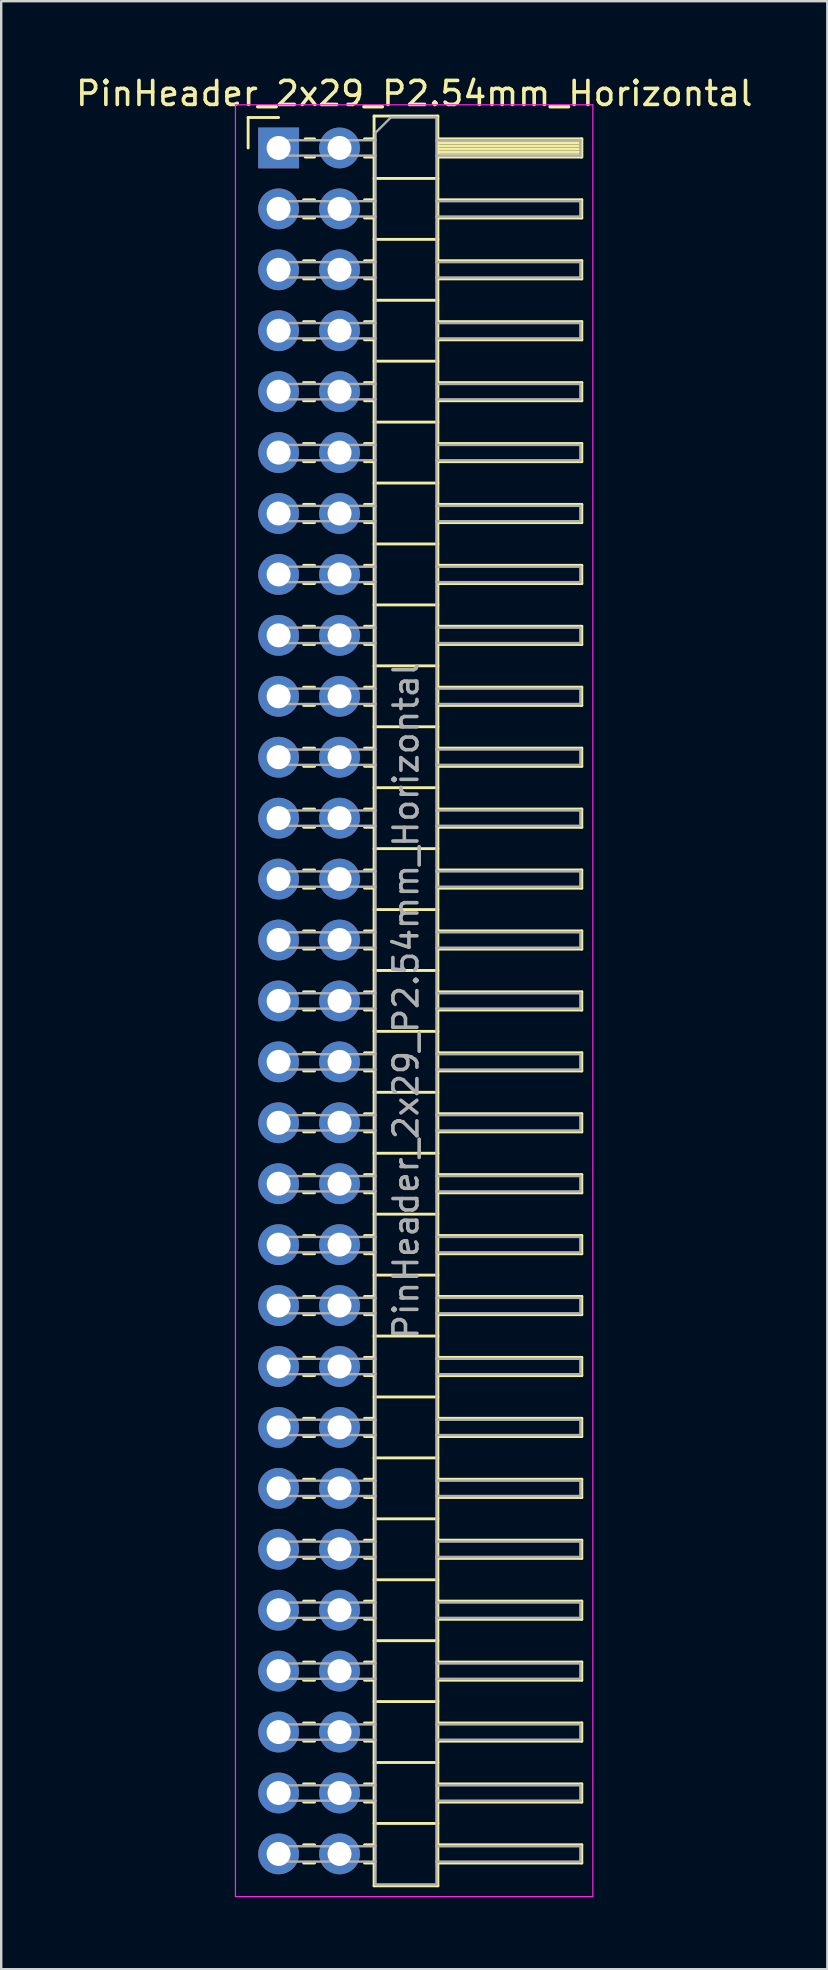
<source format=kicad_pcb>
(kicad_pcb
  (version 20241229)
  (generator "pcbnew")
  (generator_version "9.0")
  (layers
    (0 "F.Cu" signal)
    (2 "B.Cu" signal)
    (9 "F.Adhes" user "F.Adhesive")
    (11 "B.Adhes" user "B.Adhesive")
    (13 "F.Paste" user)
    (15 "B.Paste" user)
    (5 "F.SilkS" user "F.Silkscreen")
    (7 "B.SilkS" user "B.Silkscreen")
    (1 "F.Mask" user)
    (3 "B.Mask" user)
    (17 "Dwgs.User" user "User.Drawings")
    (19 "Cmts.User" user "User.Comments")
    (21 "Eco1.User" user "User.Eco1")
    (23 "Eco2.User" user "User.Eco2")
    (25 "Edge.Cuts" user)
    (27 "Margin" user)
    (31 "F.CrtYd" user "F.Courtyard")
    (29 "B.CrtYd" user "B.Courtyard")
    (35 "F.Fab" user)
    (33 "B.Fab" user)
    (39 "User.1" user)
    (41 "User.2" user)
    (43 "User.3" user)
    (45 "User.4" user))
  (footprint "PinHeader_2x29_P2.54mm_Horizontal"
    (layer "F.Cu")
    (at 8.565 3.118)
    (property "Reference" "PinHeader_2x29_P2.54mm_Horizontal" (at 5.655 -2.27 0) (layer "F.SilkS") (effects (font (size 1 1) (thickness 0.15))))
    (attr through_hole)
    (fp_line (start -1.27 -1.27) (end 0 -1.27) (stroke (width 0.12) (type solid)) (layer "F.SilkS"))
    (fp_line (start -1.27 0) (end -1.27 -1.27) (stroke (width 0.12) (type solid)) (layer "F.SilkS"))
    (fp_line (start 1.043 2.16) (end 1.497 2.16) (stroke (width 0.12) (type solid)) (layer "F.SilkS"))
    (fp_line (start 1.043 2.92) (end 1.497 2.92) (stroke (width 0.12) (type solid)) (layer "F.SilkS"))
    (fp_line (start 1.043 4.7) (end 1.497 4.7) (stroke (width 0.12) (type solid)) (layer "F.SilkS"))
    (fp_line (start 1.043 5.46) (end 1.497 5.46) (stroke (width 0.12) (type solid)) (layer "F.SilkS"))
    (fp_line (start 1.043 7.24) (end 1.497 7.24) (stroke (width 0.12) (type solid)) (layer "F.SilkS"))
    (fp_line (start 1.043 8) (end 1.497 8) (stroke (width 0.12) (type solid)) (layer "F.SilkS"))
    (fp_line (start 1.043 9.78) (end 1.497 9.78) (stroke (width 0.12) (type solid)) (layer "F.SilkS"))
    (fp_line (start 1.043 10.54) (end 1.497 10.54) (stroke (width 0.12) (type solid)) (layer "F.SilkS"))
    (fp_line (start 1.043 12.32) (end 1.497 12.32) (stroke (width 0.12) (type solid)) (layer "F.SilkS"))
    (fp_line (start 1.043 13.08) (end 1.497 13.08) (stroke (width 0.12) (type solid)) (layer "F.SilkS"))
    (fp_line (start 1.043 14.86) (end 1.497 14.86) (stroke (width 0.12) (type solid)) (layer "F.SilkS"))
    (fp_line (start 1.043 15.62) (end 1.497 15.62) (stroke (width 0.12) (type solid)) (layer "F.SilkS"))
    (fp_line (start 1.043 17.4) (end 1.497 17.4) (stroke (width 0.12) (type solid)) (layer "F.SilkS"))
    (fp_line (start 1.043 18.16) (end 1.497 18.16) (stroke (width 0.12) (type solid)) (layer "F.SilkS"))
    (fp_line (start 1.043 19.94) (end 1.497 19.94) (stroke (width 0.12) (type solid)) (layer "F.SilkS"))
    (fp_line (start 1.043 20.7) (end 1.497 20.7) (stroke (width 0.12) (type solid)) (layer "F.SilkS"))
    (fp_line (start 1.043 22.48) (end 1.497 22.48) (stroke (width 0.12) (type solid)) (layer "F.SilkS"))
    (fp_line (start 1.043 23.24) (end 1.497 23.24) (stroke (width 0.12) (type solid)) (layer "F.SilkS"))
    (fp_line (start 1.043 25.02) (end 1.497 25.02) (stroke (width 0.12) (type solid)) (layer "F.SilkS"))
    (fp_line (start 1.043 25.78) (end 1.497 25.78) (stroke (width 0.12) (type solid)) (layer "F.SilkS"))
    (fp_line (start 1.043 27.56) (end 1.497 27.56) (stroke (width 0.12) (type solid)) (layer "F.SilkS"))
    (fp_line (start 1.043 28.32) (end 1.497 28.32) (stroke (width 0.12) (type solid)) (layer "F.SilkS"))
    (fp_line (start 1.043 30.1) (end 1.497 30.1) (stroke (width 0.12) (type solid)) (layer "F.SilkS"))
    (fp_line (start 1.043 30.86) (end 1.497 30.86) (stroke (width 0.12) (type solid)) (layer "F.SilkS"))
    (fp_line (start 1.043 32.64) (end 1.497 32.64) (stroke (width 0.12) (type solid)) (layer "F.SilkS"))
    (fp_line (start 1.043 33.4) (end 1.497 33.4) (stroke (width 0.12) (type solid)) (layer "F.SilkS"))
    (fp_line (start 1.043 35.18) (end 1.497 35.18) (stroke (width 0.12) (type solid)) (layer "F.SilkS"))
    (fp_line (start 1.043 35.94) (end 1.497 35.94) (stroke (width 0.12) (type solid)) (layer "F.SilkS"))
    (fp_line (start 1.043 37.72) (end 1.497 37.72) (stroke (width 0.12) (type solid)) (layer "F.SilkS"))
    (fp_line (start 1.043 38.48) (end 1.497 38.48) (stroke (width 0.12) (type solid)) (layer "F.SilkS"))
    (fp_line (start 1.043 40.26) (end 1.497 40.26) (stroke (width 0.12) (type solid)) (layer "F.SilkS"))
    (fp_line (start 1.043 41.02) (end 1.497 41.02) (stroke (width 0.12) (type solid)) (layer "F.SilkS"))
    (fp_line (start 1.043 42.8) (end 1.497 42.8) (stroke (width 0.12) (type solid)) (layer "F.SilkS"))
    (fp_line (start 1.043 43.56) (end 1.497 43.56) (stroke (width 0.12) (type solid)) (layer "F.SilkS"))
    (fp_line (start 1.043 45.34) (end 1.497 45.34) (stroke (width 0.12) (type solid)) (layer "F.SilkS"))
    (fp_line (start 1.043 46.1) (end 1.497 46.1) (stroke (width 0.12) (type solid)) (layer "F.SilkS"))
    (fp_line (start 1.043 47.88) (end 1.497 47.88) (stroke (width 0.12) (type solid)) (layer "F.SilkS"))
    (fp_line (start 1.043 48.64) (end 1.497 48.64) (stroke (width 0.12) (type solid)) (layer "F.SilkS"))
    (fp_line (start 1.043 50.42) (end 1.497 50.42) (stroke (width 0.12) (type solid)) (layer "F.SilkS"))
    (fp_line (start 1.043 51.18) (end 1.497 51.18) (stroke (width 0.12) (type solid)) (layer "F.SilkS"))
    (fp_line (start 1.043 52.96) (end 1.497 52.96) (stroke (width 0.12) (type solid)) (layer "F.SilkS"))
    (fp_line (start 1.043 53.72) (end 1.497 53.72) (stroke (width 0.12) (type solid)) (layer "F.SilkS"))
    (fp_line (start 1.043 55.5) (end 1.497 55.5) (stroke (width 0.12) (type solid)) (layer "F.SilkS"))
    (fp_line (start 1.043 56.26) (end 1.497 56.26) (stroke (width 0.12) (type solid)) (layer "F.SilkS"))
    (fp_line (start 1.043 58.04) (end 1.497 58.04) (stroke (width 0.12) (type solid)) (layer "F.SilkS"))
    (fp_line (start 1.043 58.8) (end 1.497 58.8) (stroke (width 0.12) (type solid)) (layer "F.SilkS"))
    (fp_line (start 1.043 60.58) (end 1.497 60.58) (stroke (width 0.12) (type solid)) (layer "F.SilkS"))
    (fp_line (start 1.043 61.34) (end 1.497 61.34) (stroke (width 0.12) (type solid)) (layer "F.SilkS"))
    (fp_line (start 1.043 63.12) (end 1.497 63.12) (stroke (width 0.12) (type solid)) (layer "F.SilkS"))
    (fp_line (start 1.043 63.88) (end 1.497 63.88) (stroke (width 0.12) (type solid)) (layer "F.SilkS"))
    (fp_line (start 1.043 65.66) (end 1.497 65.66) (stroke (width 0.12) (type solid)) (layer "F.SilkS"))
    (fp_line (start 1.043 66.42) (end 1.497 66.42) (stroke (width 0.12) (type solid)) (layer "F.SilkS"))
    (fp_line (start 1.043 68.2) (end 1.497 68.2) (stroke (width 0.12) (type solid)) (layer "F.SilkS"))
    (fp_line (start 1.043 68.96) (end 1.497 68.96) (stroke (width 0.12) (type solid)) (layer "F.SilkS"))
    (fp_line (start 1.043 70.74) (end 1.497 70.74) (stroke (width 0.12) (type solid)) (layer "F.SilkS"))
    (fp_line (start 1.043 71.5) (end 1.497 71.5) (stroke (width 0.12) (type solid)) (layer "F.SilkS"))
    (fp_line (start 1.11 -0.38) (end 1.497 -0.38) (stroke (width 0.12) (type solid)) (layer "F.SilkS"))
    (fp_line (start 1.11 0.38) (end 1.497 0.38) (stroke (width 0.12) (type solid)) (layer "F.SilkS"))
    (fp_line (start 3.583 -0.38) (end 3.98 -0.38) (stroke (width 0.12) (type solid)) (layer "F.SilkS"))
    (fp_line (start 3.583 0.38) (end 3.98 0.38) (stroke (width 0.12) (type solid)) (layer "F.SilkS"))
    (fp_line (start 3.583 2.16) (end 3.98 2.16) (stroke (width 0.12) (type solid)) (layer "F.SilkS"))
    (fp_line (start 3.583 2.92) (end 3.98 2.92) (stroke (width 0.12) (type solid)) (layer "F.SilkS"))
    (fp_line (start 3.583 4.7) (end 3.98 4.7) (stroke (width 0.12) (type solid)) (layer "F.SilkS"))
    (fp_line (start 3.583 5.46) (end 3.98 5.46) (stroke (width 0.12) (type solid)) (layer "F.SilkS"))
    (fp_line (start 3.583 7.24) (end 3.98 7.24) (stroke (width 0.12) (type solid)) (layer "F.SilkS"))
    (fp_line (start 3.583 8) (end 3.98 8) (stroke (width 0.12) (type solid)) (layer "F.SilkS"))
    (fp_line (start 3.583 9.78) (end 3.98 9.78) (stroke (width 0.12) (type solid)) (layer "F.SilkS"))
    (fp_line (start 3.583 10.54) (end 3.98 10.54) (stroke (width 0.12) (type solid)) (layer "F.SilkS"))
    (fp_line (start 3.583 12.32) (end 3.98 12.32) (stroke (width 0.12) (type solid)) (layer "F.SilkS"))
    (fp_line (start 3.583 13.08) (end 3.98 13.08) (stroke (width 0.12) (type solid)) (layer "F.SilkS"))
    (fp_line (start 3.583 14.86) (end 3.98 14.86) (stroke (width 0.12) (type solid)) (layer "F.SilkS"))
    (fp_line (start 3.583 15.62) (end 3.98 15.62) (stroke (width 0.12) (type solid)) (layer "F.SilkS"))
    (fp_line (start 3.583 17.4) (end 3.98 17.4) (stroke (width 0.12) (type solid)) (layer "F.SilkS"))
    (fp_line (start 3.583 18.16) (end 3.98 18.16) (stroke (width 0.12) (type solid)) (layer "F.SilkS"))
    (fp_line (start 3.583 19.94) (end 3.98 19.94) (stroke (width 0.12) (type solid)) (layer "F.SilkS"))
    (fp_line (start 3.583 20.7) (end 3.98 20.7) (stroke (width 0.12) (type solid)) (layer "F.SilkS"))
    (fp_line (start 3.583 22.48) (end 3.98 22.48) (stroke (width 0.12) (type solid)) (layer "F.SilkS"))
    (fp_line (start 3.583 23.24) (end 3.98 23.24) (stroke (width 0.12) (type solid)) (layer "F.SilkS"))
    (fp_line (start 3.583 25.02) (end 3.98 25.02) (stroke (width 0.12) (type solid)) (layer "F.SilkS"))
    (fp_line (start 3.583 25.78) (end 3.98 25.78) (stroke (width 0.12) (type solid)) (layer "F.SilkS"))
    (fp_line (start 3.583 27.56) (end 3.98 27.56) (stroke (width 0.12) (type solid)) (layer "F.SilkS"))
    (fp_line (start 3.583 28.32) (end 3.98 28.32) (stroke (width 0.12) (type solid)) (layer "F.SilkS"))
    (fp_line (start 3.583 30.1) (end 3.98 30.1) (stroke (width 0.12) (type solid)) (layer "F.SilkS"))
    (fp_line (start 3.583 30.86) (end 3.98 30.86) (stroke (width 0.12) (type solid)) (layer "F.SilkS"))
    (fp_line (start 3.583 32.64) (end 3.98 32.64) (stroke (width 0.12) (type solid)) (layer "F.SilkS"))
    (fp_line (start 3.583 33.4) (end 3.98 33.4) (stroke (width 0.12) (type solid)) (layer "F.SilkS"))
    (fp_line (start 3.583 35.18) (end 3.98 35.18) (stroke (width 0.12) (type solid)) (layer "F.SilkS"))
    (fp_line (start 3.583 35.94) (end 3.98 35.94) (stroke (width 0.12) (type solid)) (layer "F.SilkS"))
    (fp_line (start 3.583 37.72) (end 3.98 37.72) (stroke (width 0.12) (type solid)) (layer "F.SilkS"))
    (fp_line (start 3.583 38.48) (end 3.98 38.48) (stroke (width 0.12) (type solid)) (layer "F.SilkS"))
    (fp_line (start 3.583 40.26) (end 3.98 40.26) (stroke (width 0.12) (type solid)) (layer "F.SilkS"))
    (fp_line (start 3.583 41.02) (end 3.98 41.02) (stroke (width 0.12) (type solid)) (layer "F.SilkS"))
    (fp_line (start 3.583 42.8) (end 3.98 42.8) (stroke (width 0.12) (type solid)) (layer "F.SilkS"))
    (fp_line (start 3.583 43.56) (end 3.98 43.56) (stroke (width 0.12) (type solid)) (layer "F.SilkS"))
    (fp_line (start 3.583 45.34) (end 3.98 45.34) (stroke (width 0.12) (type solid)) (layer "F.SilkS"))
    (fp_line (start 3.583 46.1) (end 3.98 46.1) (stroke (width 0.12) (type solid)) (layer "F.SilkS"))
    (fp_line (start 3.583 47.88) (end 3.98 47.88) (stroke (width 0.12) (type solid)) (layer "F.SilkS"))
    (fp_line (start 3.583 48.64) (end 3.98 48.64) (stroke (width 0.12) (type solid)) (layer "F.SilkS"))
    (fp_line (start 3.583 50.42) (end 3.98 50.42) (stroke (width 0.12) (type solid)) (layer "F.SilkS"))
    (fp_line (start 3.583 51.18) (end 3.98 51.18) (stroke (width 0.12) (type solid)) (layer "F.SilkS"))
    (fp_line (start 3.583 52.96) (end 3.98 52.96) (stroke (width 0.12) (type solid)) (layer "F.SilkS"))
    (fp_line (start 3.583 53.72) (end 3.98 53.72) (stroke (width 0.12) (type solid)) (layer "F.SilkS"))
    (fp_line (start 3.583 55.5) (end 3.98 55.5) (stroke (width 0.12) (type solid)) (layer "F.SilkS"))
    (fp_line (start 3.583 56.26) (end 3.98 56.26) (stroke (width 0.12) (type solid)) (layer "F.SilkS"))
    (fp_line (start 3.583 58.04) (end 3.98 58.04) (stroke (width 0.12) (type solid)) (layer "F.SilkS"))
    (fp_line (start 3.583 58.8) (end 3.98 58.8) (stroke (width 0.12) (type solid)) (layer "F.SilkS"))
    (fp_line (start 3.583 60.58) (end 3.98 60.58) (stroke (width 0.12) (type solid)) (layer "F.SilkS"))
    (fp_line (start 3.583 61.34) (end 3.98 61.34) (stroke (width 0.12) (type solid)) (layer "F.SilkS"))
    (fp_line (start 3.583 63.12) (end 3.98 63.12) (stroke (width 0.12) (type solid)) (layer "F.SilkS"))
    (fp_line (start 3.583 63.88) (end 3.98 63.88) (stroke (width 0.12) (type solid)) (layer "F.SilkS"))
    (fp_line (start 3.583 65.66) (end 3.98 65.66) (stroke (width 0.12) (type solid)) (layer "F.SilkS"))
    (fp_line (start 3.583 66.42) (end 3.98 66.42) (stroke (width 0.12) (type solid)) (layer "F.SilkS"))
    (fp_line (start 3.583 68.2) (end 3.98 68.2) (stroke (width 0.12) (type solid)) (layer "F.SilkS"))
    (fp_line (start 3.583 68.96) (end 3.98 68.96) (stroke (width 0.12) (type solid)) (layer "F.SilkS"))
    (fp_line (start 3.583 70.74) (end 3.98 70.74) (stroke (width 0.12) (type solid)) (layer "F.SilkS"))
    (fp_line (start 3.583 71.5) (end 3.98 71.5) (stroke (width 0.12) (type solid)) (layer "F.SilkS"))
    (fp_line (start 3.98 -1.33) (end 3.98 72.45) (stroke (width 0.12) (type solid)) (layer "F.SilkS"))
    (fp_line (start 3.98 1.27) (end 6.64 1.27) (stroke (width 0.12) (type solid)) (layer "F.SilkS"))
    (fp_line (start 3.98 3.81) (end 6.64 3.81) (stroke (width 0.12) (type solid)) (layer "F.SilkS"))
    (fp_line (start 3.98 6.35) (end 6.64 6.35) (stroke (width 0.12) (type solid)) (layer "F.SilkS"))
    (fp_line (start 3.98 8.89) (end 6.64 8.89) (stroke (width 0.12) (type solid)) (layer "F.SilkS"))
    (fp_line (start 3.98 11.43) (end 6.64 11.43) (stroke (width 0.12) (type solid)) (layer "F.SilkS"))
    (fp_line (start 3.98 13.97) (end 6.64 13.97) (stroke (width 0.12) (type solid)) (layer "F.SilkS"))
    (fp_line (start 3.98 16.51) (end 6.64 16.51) (stroke (width 0.12) (type solid)) (layer "F.SilkS"))
    (fp_line (start 3.98 19.05) (end 6.64 19.05) (stroke (width 0.12) (type solid)) (layer "F.SilkS"))
    (fp_line (start 3.98 21.59) (end 6.64 21.59) (stroke (width 0.12) (type solid)) (layer "F.SilkS"))
    (fp_line (start 3.98 24.13) (end 6.64 24.13) (stroke (width 0.12) (type solid)) (layer "F.SilkS"))
    (fp_line (start 3.98 26.67) (end 6.64 26.67) (stroke (width 0.12) (type solid)) (layer "F.SilkS"))
    (fp_line (start 3.98 29.21) (end 6.64 29.21) (stroke (width 0.12) (type solid)) (layer "F.SilkS"))
    (fp_line (start 3.98 31.75) (end 6.64 31.75) (stroke (width 0.12) (type solid)) (layer "F.SilkS"))
    (fp_line (start 3.98 34.29) (end 6.64 34.29) (stroke (width 0.12) (type solid)) (layer "F.SilkS"))
    (fp_line (start 3.98 36.83) (end 6.64 36.83) (stroke (width 0.12) (type solid)) (layer "F.SilkS"))
    (fp_line (start 3.98 39.37) (end 6.64 39.37) (stroke (width 0.12) (type solid)) (layer "F.SilkS"))
    (fp_line (start 3.98 41.91) (end 6.64 41.91) (stroke (width 0.12) (type solid)) (layer "F.SilkS"))
    (fp_line (start 3.98 44.45) (end 6.64 44.45) (stroke (width 0.12) (type solid)) (layer "F.SilkS"))
    (fp_line (start 3.98 46.99) (end 6.64 46.99) (stroke (width 0.12) (type solid)) (layer "F.SilkS"))
    (fp_line (start 3.98 49.53) (end 6.64 49.53) (stroke (width 0.12) (type solid)) (layer "F.SilkS"))
    (fp_line (start 3.98 52.07) (end 6.64 52.07) (stroke (width 0.12) (type solid)) (layer "F.SilkS"))
    (fp_line (start 3.98 54.61) (end 6.64 54.61) (stroke (width 0.12) (type solid)) (layer "F.SilkS"))
    (fp_line (start 3.98 57.15) (end 6.64 57.15) (stroke (width 0.12) (type solid)) (layer "F.SilkS"))
    (fp_line (start 3.98 59.69) (end 6.64 59.69) (stroke (width 0.12) (type solid)) (layer "F.SilkS"))
    (fp_line (start 3.98 62.23) (end 6.64 62.23) (stroke (width 0.12) (type solid)) (layer "F.SilkS"))
    (fp_line (start 3.98 64.77) (end 6.64 64.77) (stroke (width 0.12) (type solid)) (layer "F.SilkS"))
    (fp_line (start 3.98 67.31) (end 6.64 67.31) (stroke (width 0.12) (type solid)) (layer "F.SilkS"))
    (fp_line (start 3.98 69.85) (end 6.64 69.85) (stroke (width 0.12) (type solid)) (layer "F.SilkS"))
    (fp_line (start 3.98 72.45) (end 6.64 72.45) (stroke (width 0.12) (type solid)) (layer "F.SilkS"))
    (fp_line (start 6.64 -1.33) (end 3.98 -1.33) (stroke (width 0.12) (type solid)) (layer "F.SilkS"))
    (fp_line (start 6.64 -0.38) (end 12.64 -0.38) (stroke (width 0.12) (type solid)) (layer "F.SilkS"))
    (fp_line (start 6.64 -0.32) (end 12.64 -0.32) (stroke (width 0.12) (type solid)) (layer "F.SilkS"))
    (fp_line (start 6.64 -0.2) (end 12.64 -0.2) (stroke (width 0.12) (type solid)) (layer "F.SilkS"))
    (fp_line (start 6.64 -0.08) (end 12.64 -0.08) (stroke (width 0.12) (type solid)) (layer "F.SilkS"))
    (fp_line (start 6.64 0.04) (end 12.64 0.04) (stroke (width 0.12) (type solid)) (layer "F.SilkS"))
    (fp_line (start 6.64 0.16) (end 12.64 0.16) (stroke (width 0.12) (type solid)) (layer "F.SilkS"))
    (fp_line (start 6.64 0.28) (end 12.64 0.28) (stroke (width 0.12) (type solid)) (layer "F.SilkS"))
    (fp_line (start 6.64 2.16) (end 12.64 2.16) (stroke (width 0.12) (type solid)) (layer "F.SilkS"))
    (fp_line (start 6.64 4.7) (end 12.64 4.7) (stroke (width 0.12) (type solid)) (layer "F.SilkS"))
    (fp_line (start 6.64 7.24) (end 12.64 7.24) (stroke (width 0.12) (type solid)) (layer "F.SilkS"))
    (fp_line (start 6.64 9.78) (end 12.64 9.78) (stroke (width 0.12) (type solid)) (layer "F.SilkS"))
    (fp_line (start 6.64 12.32) (end 12.64 12.32) (stroke (width 0.12) (type solid)) (layer "F.SilkS"))
    (fp_line (start 6.64 14.86) (end 12.64 14.86) (stroke (width 0.12) (type solid)) (layer "F.SilkS"))
    (fp_line (start 6.64 17.4) (end 12.64 17.4) (stroke (width 0.12) (type solid)) (layer "F.SilkS"))
    (fp_line (start 6.64 19.94) (end 12.64 19.94) (stroke (width 0.12) (type solid)) (layer "F.SilkS"))
    (fp_line (start 6.64 22.48) (end 12.64 22.48) (stroke (width 0.12) (type solid)) (layer "F.SilkS"))
    (fp_line (start 6.64 25.02) (end 12.64 25.02) (stroke (width 0.12) (type solid)) (layer "F.SilkS"))
    (fp_line (start 6.64 27.56) (end 12.64 27.56) (stroke (width 0.12) (type solid)) (layer "F.SilkS"))
    (fp_line (start 6.64 30.1) (end 12.64 30.1) (stroke (width 0.12) (type solid)) (layer "F.SilkS"))
    (fp_line (start 6.64 32.64) (end 12.64 32.64) (stroke (width 0.12) (type solid)) (layer "F.SilkS"))
    (fp_line (start 6.64 35.18) (end 12.64 35.18) (stroke (width 0.12) (type solid)) (layer "F.SilkS"))
    (fp_line (start 6.64 37.72) (end 12.64 37.72) (stroke (width 0.12) (type solid)) (layer "F.SilkS"))
    (fp_line (start 6.64 40.26) (end 12.64 40.26) (stroke (width 0.12) (type solid)) (layer "F.SilkS"))
    (fp_line (start 6.64 42.8) (end 12.64 42.8) (stroke (width 0.12) (type solid)) (layer "F.SilkS"))
    (fp_line (start 6.64 45.34) (end 12.64 45.34) (stroke (width 0.12) (type solid)) (layer "F.SilkS"))
    (fp_line (start 6.64 47.88) (end 12.64 47.88) (stroke (width 0.12) (type solid)) (layer "F.SilkS"))
    (fp_line (start 6.64 50.42) (end 12.64 50.42) (stroke (width 0.12) (type solid)) (layer "F.SilkS"))
    (fp_line (start 6.64 52.96) (end 12.64 52.96) (stroke (width 0.12) (type solid)) (layer "F.SilkS"))
    (fp_line (start 6.64 55.5) (end 12.64 55.5) (stroke (width 0.12) (type solid)) (layer "F.SilkS"))
    (fp_line (start 6.64 58.04) (end 12.64 58.04) (stroke (width 0.12) (type solid)) (layer "F.SilkS"))
    (fp_line (start 6.64 60.58) (end 12.64 60.58) (stroke (width 0.12) (type solid)) (layer "F.SilkS"))
    (fp_line (start 6.64 63.12) (end 12.64 63.12) (stroke (width 0.12) (type solid)) (layer "F.SilkS"))
    (fp_line (start 6.64 65.66) (end 12.64 65.66) (stroke (width 0.12) (type solid)) (layer "F.SilkS"))
    (fp_line (start 6.64 68.2) (end 12.64 68.2) (stroke (width 0.12) (type solid)) (layer "F.SilkS"))
    (fp_line (start 6.64 70.74) (end 12.64 70.74) (stroke (width 0.12) (type solid)) (layer "F.SilkS"))
    (fp_line (start 6.64 72.45) (end 6.64 -1.33) (stroke (width 0.12) (type solid)) (layer "F.SilkS"))
    (fp_line (start 12.64 -0.38) (end 12.64 0.38) (stroke (width 0.12) (type solid)) (layer "F.SilkS"))
    (fp_line (start 12.64 0.38) (end 6.64 0.38) (stroke (width 0.12) (type solid)) (layer "F.SilkS"))
    (fp_line (start 12.64 2.16) (end 12.64 2.92) (stroke (width 0.12) (type solid)) (layer "F.SilkS"))
    (fp_line (start 12.64 2.92) (end 6.64 2.92) (stroke (width 0.12) (type solid)) (layer "F.SilkS"))
    (fp_line (start 12.64 4.7) (end 12.64 5.46) (stroke (width 0.12) (type solid)) (layer "F.SilkS"))
    (fp_line (start 12.64 5.46) (end 6.64 5.46) (stroke (width 0.12) (type solid)) (layer "F.SilkS"))
    (fp_line (start 12.64 7.24) (end 12.64 8) (stroke (width 0.12) (type solid)) (layer "F.SilkS"))
    (fp_line (start 12.64 8) (end 6.64 8) (stroke (width 0.12) (type solid)) (layer "F.SilkS"))
    (fp_line (start 12.64 9.78) (end 12.64 10.54) (stroke (width 0.12) (type solid)) (layer "F.SilkS"))
    (fp_line (start 12.64 10.54) (end 6.64 10.54) (stroke (width 0.12) (type solid)) (layer "F.SilkS"))
    (fp_line (start 12.64 12.32) (end 12.64 13.08) (stroke (width 0.12) (type solid)) (layer "F.SilkS"))
    (fp_line (start 12.64 13.08) (end 6.64 13.08) (stroke (width 0.12) (type solid)) (layer "F.SilkS"))
    (fp_line (start 12.64 14.86) (end 12.64 15.62) (stroke (width 0.12) (type solid)) (layer "F.SilkS"))
    (fp_line (start 12.64 15.62) (end 6.64 15.62) (stroke (width 0.12) (type solid)) (layer "F.SilkS"))
    (fp_line (start 12.64 17.4) (end 12.64 18.16) (stroke (width 0.12) (type solid)) (layer "F.SilkS"))
    (fp_line (start 12.64 18.16) (end 6.64 18.16) (stroke (width 0.12) (type solid)) (layer "F.SilkS"))
    (fp_line (start 12.64 19.94) (end 12.64 20.7) (stroke (width 0.12) (type solid)) (layer "F.SilkS"))
    (fp_line (start 12.64 20.7) (end 6.64 20.7) (stroke (width 0.12) (type solid)) (layer "F.SilkS"))
    (fp_line (start 12.64 22.48) (end 12.64 23.24) (stroke (width 0.12) (type solid)) (layer "F.SilkS"))
    (fp_line (start 12.64 23.24) (end 6.64 23.24) (stroke (width 0.12) (type solid)) (layer "F.SilkS"))
    (fp_line (start 12.64 25.02) (end 12.64 25.78) (stroke (width 0.12) (type solid)) (layer "F.SilkS"))
    (fp_line (start 12.64 25.78) (end 6.64 25.78) (stroke (width 0.12) (type solid)) (layer "F.SilkS"))
    (fp_line (start 12.64 27.56) (end 12.64 28.32) (stroke (width 0.12) (type solid)) (layer "F.SilkS"))
    (fp_line (start 12.64 28.32) (end 6.64 28.32) (stroke (width 0.12) (type solid)) (layer "F.SilkS"))
    (fp_line (start 12.64 30.1) (end 12.64 30.86) (stroke (width 0.12) (type solid)) (layer "F.SilkS"))
    (fp_line (start 12.64 30.86) (end 6.64 30.86) (stroke (width 0.12) (type solid)) (layer "F.SilkS"))
    (fp_line (start 12.64 32.64) (end 12.64 33.4) (stroke (width 0.12) (type solid)) (layer "F.SilkS"))
    (fp_line (start 12.64 33.4) (end 6.64 33.4) (stroke (width 0.12) (type solid)) (layer "F.SilkS"))
    (fp_line (start 12.64 35.18) (end 12.64 35.94) (stroke (width 0.12) (type solid)) (layer "F.SilkS"))
    (fp_line (start 12.64 35.94) (end 6.64 35.94) (stroke (width 0.12) (type solid)) (layer "F.SilkS"))
    (fp_line (start 12.64 37.72) (end 12.64 38.48) (stroke (width 0.12) (type solid)) (layer "F.SilkS"))
    (fp_line (start 12.64 38.48) (end 6.64 38.48) (stroke (width 0.12) (type solid)) (layer "F.SilkS"))
    (fp_line (start 12.64 40.26) (end 12.64 41.02) (stroke (width 0.12) (type solid)) (layer "F.SilkS"))
    (fp_line (start 12.64 41.02) (end 6.64 41.02) (stroke (width 0.12) (type solid)) (layer "F.SilkS"))
    (fp_line (start 12.64 42.8) (end 12.64 43.56) (stroke (width 0.12) (type solid)) (layer "F.SilkS"))
    (fp_line (start 12.64 43.56) (end 6.64 43.56) (stroke (width 0.12) (type solid)) (layer "F.SilkS"))
    (fp_line (start 12.64 45.34) (end 12.64 46.1) (stroke (width 0.12) (type solid)) (layer "F.SilkS"))
    (fp_line (start 12.64 46.1) (end 6.64 46.1) (stroke (width 0.12) (type solid)) (layer "F.SilkS"))
    (fp_line (start 12.64 47.88) (end 12.64 48.64) (stroke (width 0.12) (type solid)) (layer "F.SilkS"))
    (fp_line (start 12.64 48.64) (end 6.64 48.64) (stroke (width 0.12) (type solid)) (layer "F.SilkS"))
    (fp_line (start 12.64 50.42) (end 12.64 51.18) (stroke (width 0.12) (type solid)) (layer "F.SilkS"))
    (fp_line (start 12.64 51.18) (end 6.64 51.18) (stroke (width 0.12) (type solid)) (layer "F.SilkS"))
    (fp_line (start 12.64 52.96) (end 12.64 53.72) (stroke (width 0.12) (type solid)) (layer "F.SilkS"))
    (fp_line (start 12.64 53.72) (end 6.64 53.72) (stroke (width 0.12) (type solid)) (layer "F.SilkS"))
    (fp_line (start 12.64 55.5) (end 12.64 56.26) (stroke (width 0.12) (type solid)) (layer "F.SilkS"))
    (fp_line (start 12.64 56.26) (end 6.64 56.26) (stroke (width 0.12) (type solid)) (layer "F.SilkS"))
    (fp_line (start 12.64 58.04) (end 12.64 58.8) (stroke (width 0.12) (type solid)) (layer "F.SilkS"))
    (fp_line (start 12.64 58.8) (end 6.64 58.8) (stroke (width 0.12) (type solid)) (layer "F.SilkS"))
    (fp_line (start 12.64 60.58) (end 12.64 61.34) (stroke (width 0.12) (type solid)) (layer "F.SilkS"))
    (fp_line (start 12.64 61.34) (end 6.64 61.34) (stroke (width 0.12) (type solid)) (layer "F.SilkS"))
    (fp_line (start 12.64 63.12) (end 12.64 63.88) (stroke (width 0.12) (type solid)) (layer "F.SilkS"))
    (fp_line (start 12.64 63.88) (end 6.64 63.88) (stroke (width 0.12) (type solid)) (layer "F.SilkS"))
    (fp_line (start 12.64 65.66) (end 12.64 66.42) (stroke (width 0.12) (type solid)) (layer "F.SilkS"))
    (fp_line (start 12.64 66.42) (end 6.64 66.42) (stroke (width 0.12) (type solid)) (layer "F.SilkS"))
    (fp_line (start 12.64 68.2) (end 12.64 68.96) (stroke (width 0.12) (type solid)) (layer "F.SilkS"))
    (fp_line (start 12.64 68.96) (end 6.64 68.96) (stroke (width 0.12) (type solid)) (layer "F.SilkS"))
    (fp_line (start 12.64 70.74) (end 12.64 71.5) (stroke (width 0.12) (type solid)) (layer "F.SilkS"))
    (fp_line (start 12.64 71.5) (end 6.64 71.5) (stroke (width 0.12) (type solid)) (layer "F.SilkS"))
    (fp_line (start -1.8 -1.8) (end -1.8 72.9) (stroke (width 0.05) (type solid)) (layer "F.CrtYd"))
    (fp_line (start -1.8 72.9) (end 13.1 72.9) (stroke (width 0.05) (type solid)) (layer "F.CrtYd"))
    (fp_line (start 13.1 -1.8) (end -1.8 -1.8) (stroke (width 0.05) (type solid)) (layer "F.CrtYd"))
    (fp_line (start 13.1 72.9) (end 13.1 -1.8) (stroke (width 0.05) (type solid)) (layer "F.CrtYd"))
    (fp_line (start -0.32 -0.32) (end -0.32 0.32) (stroke (width 0.1) (type solid)) (layer "F.Fab"))
    (fp_line (start -0.32 -0.32) (end 4.04 -0.32) (stroke (width 0.1) (type solid)) (layer "F.Fab"))
    (fp_line (start -0.32 0.32) (end 4.04 0.32) (stroke (width 0.1) (type solid)) (layer "F.Fab"))
    (fp_line (start -0.32 2.22) (end -0.32 2.86) (stroke (width 0.1) (type solid)) (layer "F.Fab"))
    (fp_line (start -0.32 2.22) (end 4.04 2.22) (stroke (width 0.1) (type solid)) (layer "F.Fab"))
    (fp_line (start -0.32 2.86) (end 4.04 2.86) (stroke (width 0.1) (type solid)) (layer "F.Fab"))
    (fp_line (start -0.32 4.76) (end -0.32 5.4) (stroke (width 0.1) (type solid)) (layer "F.Fab"))
    (fp_line (start -0.32 4.76) (end 4.04 4.76) (stroke (width 0.1) (type solid)) (layer "F.Fab"))
    (fp_line (start -0.32 5.4) (end 4.04 5.4) (stroke (width 0.1) (type solid)) (layer "F.Fab"))
    (fp_line (start -0.32 7.3) (end -0.32 7.94) (stroke (width 0.1) (type solid)) (layer "F.Fab"))
    (fp_line (start -0.32 7.3) (end 4.04 7.3) (stroke (width 0.1) (type solid)) (layer "F.Fab"))
    (fp_line (start -0.32 7.94) (end 4.04 7.94) (stroke (width 0.1) (type solid)) (layer "F.Fab"))
    (fp_line (start -0.32 9.84) (end -0.32 10.48) (stroke (width 0.1) (type solid)) (layer "F.Fab"))
    (fp_line (start -0.32 9.84) (end 4.04 9.84) (stroke (width 0.1) (type solid)) (layer "F.Fab"))
    (fp_line (start -0.32 10.48) (end 4.04 10.48) (stroke (width 0.1) (type solid)) (layer "F.Fab"))
    (fp_line (start -0.32 12.38) (end -0.32 13.02) (stroke (width 0.1) (type solid)) (layer "F.Fab"))
    (fp_line (start -0.32 12.38) (end 4.04 12.38) (stroke (width 0.1) (type solid)) (layer "F.Fab"))
    (fp_line (start -0.32 13.02) (end 4.04 13.02) (stroke (width 0.1) (type solid)) (layer "F.Fab"))
    (fp_line (start -0.32 14.92) (end -0.32 15.56) (stroke (width 0.1) (type solid)) (layer "F.Fab"))
    (fp_line (start -0.32 14.92) (end 4.04 14.92) (stroke (width 0.1) (type solid)) (layer "F.Fab"))
    (fp_line (start -0.32 15.56) (end 4.04 15.56) (stroke (width 0.1) (type solid)) (layer "F.Fab"))
    (fp_line (start -0.32 17.46) (end -0.32 18.1) (stroke (width 0.1) (type solid)) (layer "F.Fab"))
    (fp_line (start -0.32 17.46) (end 4.04 17.46) (stroke (width 0.1) (type solid)) (layer "F.Fab"))
    (fp_line (start -0.32 18.1) (end 4.04 18.1) (stroke (width 0.1) (type solid)) (layer "F.Fab"))
    (fp_line (start -0.32 20) (end -0.32 20.64) (stroke (width 0.1) (type solid)) (layer "F.Fab"))
    (fp_line (start -0.32 20) (end 4.04 20) (stroke (width 0.1) (type solid)) (layer "F.Fab"))
    (fp_line (start -0.32 20.64) (end 4.04 20.64) (stroke (width 0.1) (type solid)) (layer "F.Fab"))
    (fp_line (start -0.32 22.54) (end -0.32 23.18) (stroke (width 0.1) (type solid)) (layer "F.Fab"))
    (fp_line (start -0.32 22.54) (end 4.04 22.54) (stroke (width 0.1) (type solid)) (layer "F.Fab"))
    (fp_line (start -0.32 23.18) (end 4.04 23.18) (stroke (width 0.1) (type solid)) (layer "F.Fab"))
    (fp_line (start -0.32 25.08) (end -0.32 25.72) (stroke (width 0.1) (type solid)) (layer "F.Fab"))
    (fp_line (start -0.32 25.08) (end 4.04 25.08) (stroke (width 0.1) (type solid)) (layer "F.Fab"))
    (fp_line (start -0.32 25.72) (end 4.04 25.72) (stroke (width 0.1) (type solid)) (layer "F.Fab"))
    (fp_line (start -0.32 27.62) (end -0.32 28.26) (stroke (width 0.1) (type solid)) (layer "F.Fab"))
    (fp_line (start -0.32 27.62) (end 4.04 27.62) (stroke (width 0.1) (type solid)) (layer "F.Fab"))
    (fp_line (start -0.32 28.26) (end 4.04 28.26) (stroke (width 0.1) (type solid)) (layer "F.Fab"))
    (fp_line (start -0.32 30.16) (end -0.32 30.8) (stroke (width 0.1) (type solid)) (layer "F.Fab"))
    (fp_line (start -0.32 30.16) (end 4.04 30.16) (stroke (width 0.1) (type solid)) (layer "F.Fab"))
    (fp_line (start -0.32 30.8) (end 4.04 30.8) (stroke (width 0.1) (type solid)) (layer "F.Fab"))
    (fp_line (start -0.32 32.7) (end -0.32 33.34) (stroke (width 0.1) (type solid)) (layer "F.Fab"))
    (fp_line (start -0.32 32.7) (end 4.04 32.7) (stroke (width 0.1) (type solid)) (layer "F.Fab"))
    (fp_line (start -0.32 33.34) (end 4.04 33.34) (stroke (width 0.1) (type solid)) (layer "F.Fab"))
    (fp_line (start -0.32 35.24) (end -0.32 35.88) (stroke (width 0.1) (type solid)) (layer "F.Fab"))
    (fp_line (start -0.32 35.24) (end 4.04 35.24) (stroke (width 0.1) (type solid)) (layer "F.Fab"))
    (fp_line (start -0.32 35.88) (end 4.04 35.88) (stroke (width 0.1) (type solid)) (layer "F.Fab"))
    (fp_line (start -0.32 37.78) (end -0.32 38.42) (stroke (width 0.1) (type solid)) (layer "F.Fab"))
    (fp_line (start -0.32 37.78) (end 4.04 37.78) (stroke (width 0.1) (type solid)) (layer "F.Fab"))
    (fp_line (start -0.32 38.42) (end 4.04 38.42) (stroke (width 0.1) (type solid)) (layer "F.Fab"))
    (fp_line (start -0.32 40.32) (end -0.32 40.96) (stroke (width 0.1) (type solid)) (layer "F.Fab"))
    (fp_line (start -0.32 40.32) (end 4.04 40.32) (stroke (width 0.1) (type solid)) (layer "F.Fab"))
    (fp_line (start -0.32 40.96) (end 4.04 40.96) (stroke (width 0.1) (type solid)) (layer "F.Fab"))
    (fp_line (start -0.32 42.86) (end -0.32 43.5) (stroke (width 0.1) (type solid)) (layer "F.Fab"))
    (fp_line (start -0.32 42.86) (end 4.04 42.86) (stroke (width 0.1) (type solid)) (layer "F.Fab"))
    (fp_line (start -0.32 43.5) (end 4.04 43.5) (stroke (width 0.1) (type solid)) (layer "F.Fab"))
    (fp_line (start -0.32 45.4) (end -0.32 46.04) (stroke (width 0.1) (type solid)) (layer "F.Fab"))
    (fp_line (start -0.32 45.4) (end 4.04 45.4) (stroke (width 0.1) (type solid)) (layer "F.Fab"))
    (fp_line (start -0.32 46.04) (end 4.04 46.04) (stroke (width 0.1) (type solid)) (layer "F.Fab"))
    (fp_line (start -0.32 47.94) (end -0.32 48.58) (stroke (width 0.1) (type solid)) (layer "F.Fab"))
    (fp_line (start -0.32 47.94) (end 4.04 47.94) (stroke (width 0.1) (type solid)) (layer "F.Fab"))
    (fp_line (start -0.32 48.58) (end 4.04 48.58) (stroke (width 0.1) (type solid)) (layer "F.Fab"))
    (fp_line (start -0.32 50.48) (end -0.32 51.12) (stroke (width 0.1) (type solid)) (layer "F.Fab"))
    (fp_line (start -0.32 50.48) (end 4.04 50.48) (stroke (width 0.1) (type solid)) (layer "F.Fab"))
    (fp_line (start -0.32 51.12) (end 4.04 51.12) (stroke (width 0.1) (type solid)) (layer "F.Fab"))
    (fp_line (start -0.32 53.02) (end -0.32 53.66) (stroke (width 0.1) (type solid)) (layer "F.Fab"))
    (fp_line (start -0.32 53.02) (end 4.04 53.02) (stroke (width 0.1) (type solid)) (layer "F.Fab"))
    (fp_line (start -0.32 53.66) (end 4.04 53.66) (stroke (width 0.1) (type solid)) (layer "F.Fab"))
    (fp_line (start -0.32 55.56) (end -0.32 56.2) (stroke (width 0.1) (type solid)) (layer "F.Fab"))
    (fp_line (start -0.32 55.56) (end 4.04 55.56) (stroke (width 0.1) (type solid)) (layer "F.Fab"))
    (fp_line (start -0.32 56.2) (end 4.04 56.2) (stroke (width 0.1) (type solid)) (layer "F.Fab"))
    (fp_line (start -0.32 58.1) (end -0.32 58.74) (stroke (width 0.1) (type solid)) (layer "F.Fab"))
    (fp_line (start -0.32 58.1) (end 4.04 58.1) (stroke (width 0.1) (type solid)) (layer "F.Fab"))
    (fp_line (start -0.32 58.74) (end 4.04 58.74) (stroke (width 0.1) (type solid)) (layer "F.Fab"))
    (fp_line (start -0.32 60.64) (end -0.32 61.28) (stroke (width 0.1) (type solid)) (layer "F.Fab"))
    (fp_line (start -0.32 60.64) (end 4.04 60.64) (stroke (width 0.1) (type solid)) (layer "F.Fab"))
    (fp_line (start -0.32 61.28) (end 4.04 61.28) (stroke (width 0.1) (type solid)) (layer "F.Fab"))
    (fp_line (start -0.32 63.18) (end -0.32 63.82) (stroke (width 0.1) (type solid)) (layer "F.Fab"))
    (fp_line (start -0.32 63.18) (end 4.04 63.18) (stroke (width 0.1) (type solid)) (layer "F.Fab"))
    (fp_line (start -0.32 63.82) (end 4.04 63.82) (stroke (width 0.1) (type solid)) (layer "F.Fab"))
    (fp_line (start -0.32 65.72) (end -0.32 66.36) (stroke (width 0.1) (type solid)) (layer "F.Fab"))
    (fp_line (start -0.32 65.72) (end 4.04 65.72) (stroke (width 0.1) (type solid)) (layer "F.Fab"))
    (fp_line (start -0.32 66.36) (end 4.04 66.36) (stroke (width 0.1) (type solid)) (layer "F.Fab"))
    (fp_line (start -0.32 68.26) (end -0.32 68.9) (stroke (width 0.1) (type solid)) (layer "F.Fab"))
    (fp_line (start -0.32 68.26) (end 4.04 68.26) (stroke (width 0.1) (type solid)) (layer "F.Fab"))
    (fp_line (start -0.32 68.9) (end 4.04 68.9) (stroke (width 0.1) (type solid)) (layer "F.Fab"))
    (fp_line (start -0.32 70.8) (end -0.32 71.44) (stroke (width 0.1) (type solid)) (layer "F.Fab"))
    (fp_line (start -0.32 70.8) (end 4.04 70.8) (stroke (width 0.1) (type solid)) (layer "F.Fab"))
    (fp_line (start -0.32 71.44) (end 4.04 71.44) (stroke (width 0.1) (type solid)) (layer "F.Fab"))
    (fp_line (start 4.04 -0.635) (end 4.675 -1.27) (stroke (width 0.1) (type solid)) (layer "F.Fab"))
    (fp_line (start 4.04 72.39) (end 4.04 -0.635) (stroke (width 0.1) (type solid)) (layer "F.Fab"))
    (fp_line (start 4.675 -1.27) (end 6.58 -1.27) (stroke (width 0.1) (type solid)) (layer "F.Fab"))
    (fp_line (start 6.58 -1.27) (end 6.58 72.39) (stroke (width 0.1) (type solid)) (layer "F.Fab"))
    (fp_line (start 6.58 -0.32) (end 12.58 -0.32) (stroke (width 0.1) (type solid)) (layer "F.Fab"))
    (fp_line (start 6.58 0.32) (end 12.58 0.32) (stroke (width 0.1) (type solid)) (layer "F.Fab"))
    (fp_line (start 6.58 2.22) (end 12.58 2.22) (stroke (width 0.1) (type solid)) (layer "F.Fab"))
    (fp_line (start 6.58 2.86) (end 12.58 2.86) (stroke (width 0.1) (type solid)) (layer "F.Fab"))
    (fp_line (start 6.58 4.76) (end 12.58 4.76) (stroke (width 0.1) (type solid)) (layer "F.Fab"))
    (fp_line (start 6.58 5.4) (end 12.58 5.4) (stroke (width 0.1) (type solid)) (layer "F.Fab"))
    (fp_line (start 6.58 7.3) (end 12.58 7.3) (stroke (width 0.1) (type solid)) (layer "F.Fab"))
    (fp_line (start 6.58 7.94) (end 12.58 7.94) (stroke (width 0.1) (type solid)) (layer "F.Fab"))
    (fp_line (start 6.58 9.84) (end 12.58 9.84) (stroke (width 0.1) (type solid)) (layer "F.Fab"))
    (fp_line (start 6.58 10.48) (end 12.58 10.48) (stroke (width 0.1) (type solid)) (layer "F.Fab"))
    (fp_line (start 6.58 12.38) (end 12.58 12.38) (stroke (width 0.1) (type solid)) (layer "F.Fab"))
    (fp_line (start 6.58 13.02) (end 12.58 13.02) (stroke (width 0.1) (type solid)) (layer "F.Fab"))
    (fp_line (start 6.58 14.92) (end 12.58 14.92) (stroke (width 0.1) (type solid)) (layer "F.Fab"))
    (fp_line (start 6.58 15.56) (end 12.58 15.56) (stroke (width 0.1) (type solid)) (layer "F.Fab"))
    (fp_line (start 6.58 17.46) (end 12.58 17.46) (stroke (width 0.1) (type solid)) (layer "F.Fab"))
    (fp_line (start 6.58 18.1) (end 12.58 18.1) (stroke (width 0.1) (type solid)) (layer "F.Fab"))
    (fp_line (start 6.58 20) (end 12.58 20) (stroke (width 0.1) (type solid)) (layer "F.Fab"))
    (fp_line (start 6.58 20.64) (end 12.58 20.64) (stroke (width 0.1) (type solid)) (layer "F.Fab"))
    (fp_line (start 6.58 22.54) (end 12.58 22.54) (stroke (width 0.1) (type solid)) (layer "F.Fab"))
    (fp_line (start 6.58 23.18) (end 12.58 23.18) (stroke (width 0.1) (type solid)) (layer "F.Fab"))
    (fp_line (start 6.58 25.08) (end 12.58 25.08) (stroke (width 0.1) (type solid)) (layer "F.Fab"))
    (fp_line (start 6.58 25.72) (end 12.58 25.72) (stroke (width 0.1) (type solid)) (layer "F.Fab"))
    (fp_line (start 6.58 27.62) (end 12.58 27.62) (stroke (width 0.1) (type solid)) (layer "F.Fab"))
    (fp_line (start 6.58 28.26) (end 12.58 28.26) (stroke (width 0.1) (type solid)) (layer "F.Fab"))
    (fp_line (start 6.58 30.16) (end 12.58 30.16) (stroke (width 0.1) (type solid)) (layer "F.Fab"))
    (fp_line (start 6.58 30.8) (end 12.58 30.8) (stroke (width 0.1) (type solid)) (layer "F.Fab"))
    (fp_line (start 6.58 32.7) (end 12.58 32.7) (stroke (width 0.1) (type solid)) (layer "F.Fab"))
    (fp_line (start 6.58 33.34) (end 12.58 33.34) (stroke (width 0.1) (type solid)) (layer "F.Fab"))
    (fp_line (start 6.58 35.24) (end 12.58 35.24) (stroke (width 0.1) (type solid)) (layer "F.Fab"))
    (fp_line (start 6.58 35.88) (end 12.58 35.88) (stroke (width 0.1) (type solid)) (layer "F.Fab"))
    (fp_line (start 6.58 37.78) (end 12.58 37.78) (stroke (width 0.1) (type solid)) (layer "F.Fab"))
    (fp_line (start 6.58 38.42) (end 12.58 38.42) (stroke (width 0.1) (type solid)) (layer "F.Fab"))
    (fp_line (start 6.58 40.32) (end 12.58 40.32) (stroke (width 0.1) (type solid)) (layer "F.Fab"))
    (fp_line (start 6.58 40.96) (end 12.58 40.96) (stroke (width 0.1) (type solid)) (layer "F.Fab"))
    (fp_line (start 6.58 42.86) (end 12.58 42.86) (stroke (width 0.1) (type solid)) (layer "F.Fab"))
    (fp_line (start 6.58 43.5) (end 12.58 43.5) (stroke (width 0.1) (type solid)) (layer "F.Fab"))
    (fp_line (start 6.58 45.4) (end 12.58 45.4) (stroke (width 0.1) (type solid)) (layer "F.Fab"))
    (fp_line (start 6.58 46.04) (end 12.58 46.04) (stroke (width 0.1) (type solid)) (layer "F.Fab"))
    (fp_line (start 6.58 47.94) (end 12.58 47.94) (stroke (width 0.1) (type solid)) (layer "F.Fab"))
    (fp_line (start 6.58 48.58) (end 12.58 48.58) (stroke (width 0.1) (type solid)) (layer "F.Fab"))
    (fp_line (start 6.58 50.48) (end 12.58 50.48) (stroke (width 0.1) (type solid)) (layer "F.Fab"))
    (fp_line (start 6.58 51.12) (end 12.58 51.12) (stroke (width 0.1) (type solid)) (layer "F.Fab"))
    (fp_line (start 6.58 53.02) (end 12.58 53.02) (stroke (width 0.1) (type solid)) (layer "F.Fab"))
    (fp_line (start 6.58 53.66) (end 12.58 53.66) (stroke (width 0.1) (type solid)) (layer "F.Fab"))
    (fp_line (start 6.58 55.56) (end 12.58 55.56) (stroke (width 0.1) (type solid)) (layer "F.Fab"))
    (fp_line (start 6.58 56.2) (end 12.58 56.2) (stroke (width 0.1) (type solid)) (layer "F.Fab"))
    (fp_line (start 6.58 58.1) (end 12.58 58.1) (stroke (width 0.1) (type solid)) (layer "F.Fab"))
    (fp_line (start 6.58 58.74) (end 12.58 58.74) (stroke (width 0.1) (type solid)) (layer "F.Fab"))
    (fp_line (start 6.58 60.64) (end 12.58 60.64) (stroke (width 0.1) (type solid)) (layer "F.Fab"))
    (fp_line (start 6.58 61.28) (end 12.58 61.28) (stroke (width 0.1) (type solid)) (layer "F.Fab"))
    (fp_line (start 6.58 63.18) (end 12.58 63.18) (stroke (width 0.1) (type solid)) (layer "F.Fab"))
    (fp_line (start 6.58 63.82) (end 12.58 63.82) (stroke (width 0.1) (type solid)) (layer "F.Fab"))
    (fp_line (start 6.58 65.72) (end 12.58 65.72) (stroke (width 0.1) (type solid)) (layer "F.Fab"))
    (fp_line (start 6.58 66.36) (end 12.58 66.36) (stroke (width 0.1) (type solid)) (layer "F.Fab"))
    (fp_line (start 6.58 68.26) (end 12.58 68.26) (stroke (width 0.1) (type solid)) (layer "F.Fab"))
    (fp_line (start 6.58 68.9) (end 12.58 68.9) (stroke (width 0.1) (type solid)) (layer "F.Fab"))
    (fp_line (start 6.58 70.8) (end 12.58 70.8) (stroke (width 0.1) (type solid)) (layer "F.Fab"))
    (fp_line (start 6.58 71.44) (end 12.58 71.44) (stroke (width 0.1) (type solid)) (layer "F.Fab"))
    (fp_line (start 6.58 72.39) (end 4.04 72.39) (stroke (width 0.1) (type solid)) (layer "F.Fab"))
    (fp_line (start 12.58 -0.32) (end 12.58 0.32) (stroke (width 0.1) (type solid)) (layer "F.Fab"))
    (fp_line (start 12.58 2.22) (end 12.58 2.86) (stroke (width 0.1) (type solid)) (layer "F.Fab"))
    (fp_line (start 12.58 4.76) (end 12.58 5.4) (stroke (width 0.1) (type solid)) (layer "F.Fab"))
    (fp_line (start 12.58 7.3) (end 12.58 7.94) (stroke (width 0.1) (type solid)) (layer "F.Fab"))
    (fp_line (start 12.58 9.84) (end 12.58 10.48) (stroke (width 0.1) (type solid)) (layer "F.Fab"))
    (fp_line (start 12.58 12.38) (end 12.58 13.02) (stroke (width 0.1) (type solid)) (layer "F.Fab"))
    (fp_line (start 12.58 14.92) (end 12.58 15.56) (stroke (width 0.1) (type solid)) (layer "F.Fab"))
    (fp_line (start 12.58 17.46) (end 12.58 18.1) (stroke (width 0.1) (type solid)) (layer "F.Fab"))
    (fp_line (start 12.58 20) (end 12.58 20.64) (stroke (width 0.1) (type solid)) (layer "F.Fab"))
    (fp_line (start 12.58 22.54) (end 12.58 23.18) (stroke (width 0.1) (type solid)) (layer "F.Fab"))
    (fp_line (start 12.58 25.08) (end 12.58 25.72) (stroke (width 0.1) (type solid)) (layer "F.Fab"))
    (fp_line (start 12.58 27.62) (end 12.58 28.26) (stroke (width 0.1) (type solid)) (layer "F.Fab"))
    (fp_line (start 12.58 30.16) (end 12.58 30.8) (stroke (width 0.1) (type solid)) (layer "F.Fab"))
    (fp_line (start 12.58 32.7) (end 12.58 33.34) (stroke (width 0.1) (type solid)) (layer "F.Fab"))
    (fp_line (start 12.58 35.24) (end 12.58 35.88) (stroke (width 0.1) (type solid)) (layer "F.Fab"))
    (fp_line (start 12.58 37.78) (end 12.58 38.42) (stroke (width 0.1) (type solid)) (layer "F.Fab"))
    (fp_line (start 12.58 40.32) (end 12.58 40.96) (stroke (width 0.1) (type solid)) (layer "F.Fab"))
    (fp_line (start 12.58 42.86) (end 12.58 43.5) (stroke (width 0.1) (type solid)) (layer "F.Fab"))
    (fp_line (start 12.58 45.4) (end 12.58 46.04) (stroke (width 0.1) (type solid)) (layer "F.Fab"))
    (fp_line (start 12.58 47.94) (end 12.58 48.58) (stroke (width 0.1) (type solid)) (layer "F.Fab"))
    (fp_line (start 12.58 50.48) (end 12.58 51.12) (stroke (width 0.1) (type solid)) (layer "F.Fab"))
    (fp_line (start 12.58 53.02) (end 12.58 53.66) (stroke (width 0.1) (type solid)) (layer "F.Fab"))
    (fp_line (start 12.58 55.56) (end 12.58 56.2) (stroke (width 0.1) (type solid)) (layer "F.Fab"))
    (fp_line (start 12.58 58.1) (end 12.58 58.74) (stroke (width 0.1) (type solid)) (layer "F.Fab"))
    (fp_line (start 12.58 60.64) (end 12.58 61.28) (stroke (width 0.1) (type solid)) (layer "F.Fab"))
    (fp_line (start 12.58 63.18) (end 12.58 63.82) (stroke (width 0.1) (type solid)) (layer "F.Fab"))
    (fp_line (start 12.58 65.72) (end 12.58 66.36) (stroke (width 0.1) (type solid)) (layer "F.Fab"))
    (fp_line (start 12.58 68.26) (end 12.58 68.9) (stroke (width 0.1) (type solid)) (layer "F.Fab"))
    (fp_line (start 12.58 70.8) (end 12.58 71.44) (stroke (width 0.1) (type solid)) (layer "F.Fab"))
    (fp_text user "${REFERENCE}" (at 5.31 35.56 90) (layer "F.Fab") (effects (font (size 1 1) (thickness 0.15))))
    (pad "1" thru_hole rect (at 0 0) (size 1.7 1.7) (drill 1) (layers "*.Cu" "*.Mask"))
    (pad "2" thru_hole oval (at 2.54 0) (size 1.7 1.7) (drill 1) (layers "*.Cu" "*.Mask"))
    (pad "3" thru_hole oval (at 0 2.54) (size 1.7 1.7) (drill 1) (layers "*.Cu" "*.Mask"))
    (pad "4" thru_hole oval (at 2.54 2.54) (size 1.7 1.7) (drill 1) (layers "*.Cu" "*.Mask"))
    (pad "5" thru_hole oval (at 0 5.08) (size 1.7 1.7) (drill 1) (layers "*.Cu" "*.Mask"))
    (pad "6" thru_hole oval (at 2.54 5.08) (size 1.7 1.7) (drill 1) (layers "*.Cu" "*.Mask"))
    (pad "7" thru_hole oval (at 0 7.62) (size 1.7 1.7) (drill 1) (layers "*.Cu" "*.Mask"))
    (pad "8" thru_hole oval (at 2.54 7.62) (size 1.7 1.7) (drill 1) (layers "*.Cu" "*.Mask"))
    (pad "9" thru_hole oval (at 0 10.16) (size 1.7 1.7) (drill 1) (layers "*.Cu" "*.Mask"))
    (pad "10" thru_hole oval (at 2.54 10.16) (size 1.7 1.7) (drill 1) (layers "*.Cu" "*.Mask"))
    (pad "11" thru_hole oval (at 0 12.7) (size 1.7 1.7) (drill 1) (layers "*.Cu" "*.Mask"))
    (pad "12" thru_hole oval (at 2.54 12.7) (size 1.7 1.7) (drill 1) (layers "*.Cu" "*.Mask"))
    (pad "13" thru_hole oval (at 0 15.24) (size 1.7 1.7) (drill 1) (layers "*.Cu" "*.Mask"))
    (pad "14" thru_hole oval (at 2.54 15.24) (size 1.7 1.7) (drill 1) (layers "*.Cu" "*.Mask"))
    (pad "15" thru_hole oval (at 0 17.78) (size 1.7 1.7) (drill 1) (layers "*.Cu" "*.Mask"))
    (pad "16" thru_hole oval (at 2.54 17.78) (size 1.7 1.7) (drill 1) (layers "*.Cu" "*.Mask"))
    (pad "17" thru_hole oval (at 0 20.32) (size 1.7 1.7) (drill 1) (layers "*.Cu" "*.Mask"))
    (pad "18" thru_hole oval (at 2.54 20.32) (size 1.7 1.7) (drill 1) (layers "*.Cu" "*.Mask"))
    (pad "19" thru_hole oval (at 0 22.86) (size 1.7 1.7) (drill 1) (layers "*.Cu" "*.Mask"))
    (pad "20" thru_hole oval (at 2.54 22.86) (size 1.7 1.7) (drill 1) (layers "*.Cu" "*.Mask"))
    (pad "21" thru_hole oval (at 0 25.4) (size 1.7 1.7) (drill 1) (layers "*.Cu" "*.Mask"))
    (pad "22" thru_hole oval (at 2.54 25.4) (size 1.7 1.7) (drill 1) (layers "*.Cu" "*.Mask"))
    (pad "23" thru_hole oval (at 0 27.94) (size 1.7 1.7) (drill 1) (layers "*.Cu" "*.Mask"))
    (pad "24" thru_hole oval (at 2.54 27.94) (size 1.7 1.7) (drill 1) (layers "*.Cu" "*.Mask"))
    (pad "25" thru_hole oval (at 0 30.48) (size 1.7 1.7) (drill 1) (layers "*.Cu" "*.Mask"))
    (pad "26" thru_hole oval (at 2.54 30.48) (size 1.7 1.7) (drill 1) (layers "*.Cu" "*.Mask"))
    (pad "27" thru_hole oval (at 0 33.02) (size 1.7 1.7) (drill 1) (layers "*.Cu" "*.Mask"))
    (pad "28" thru_hole oval (at 2.54 33.02) (size 1.7 1.7) (drill 1) (layers "*.Cu" "*.Mask"))
    (pad "29" thru_hole oval (at 0 35.56) (size 1.7 1.7) (drill 1) (layers "*.Cu" "*.Mask"))
    (pad "30" thru_hole oval (at 2.54 35.56) (size 1.7 1.7) (drill 1) (layers "*.Cu" "*.Mask"))
    (pad "31" thru_hole oval (at 0 38.1) (size 1.7 1.7) (drill 1) (layers "*.Cu" "*.Mask"))
    (pad "32" thru_hole oval (at 2.54 38.1) (size 1.7 1.7) (drill 1) (layers "*.Cu" "*.Mask"))
    (pad "33" thru_hole oval (at 0 40.64) (size 1.7 1.7) (drill 1) (layers "*.Cu" "*.Mask"))
    (pad "34" thru_hole oval (at 2.54 40.64) (size 1.7 1.7) (drill 1) (layers "*.Cu" "*.Mask"))
    (pad "35" thru_hole oval (at 0 43.18) (size 1.7 1.7) (drill 1) (layers "*.Cu" "*.Mask"))
    (pad "36" thru_hole oval (at 2.54 43.18) (size 1.7 1.7) (drill 1) (layers "*.Cu" "*.Mask"))
    (pad "37" thru_hole oval (at 0 45.72) (size 1.7 1.7) (drill 1) (layers "*.Cu" "*.Mask"))
    (pad "38" thru_hole oval (at 2.54 45.72) (size 1.7 1.7) (drill 1) (layers "*.Cu" "*.Mask"))
    (pad "39" thru_hole oval (at 0 48.26) (size 1.7 1.7) (drill 1) (layers "*.Cu" "*.Mask"))
    (pad "40" thru_hole oval (at 2.54 48.26) (size 1.7 1.7) (drill 1) (layers "*.Cu" "*.Mask"))
    (pad "41" thru_hole oval (at 0 50.8) (size 1.7 1.7) (drill 1) (layers "*.Cu" "*.Mask"))
    (pad "42" thru_hole oval (at 2.54 50.8) (size 1.7 1.7) (drill 1) (layers "*.Cu" "*.Mask"))
    (pad "43" thru_hole oval (at 0 53.34) (size 1.7 1.7) (drill 1) (layers "*.Cu" "*.Mask"))
    (pad "44" thru_hole oval (at 2.54 53.34) (size 1.7 1.7) (drill 1) (layers "*.Cu" "*.Mask"))
    (pad "45" thru_hole oval (at 0 55.88) (size 1.7 1.7) (drill 1) (layers "*.Cu" "*.Mask"))
    (pad "46" thru_hole oval (at 2.54 55.88) (size 1.7 1.7) (drill 1) (layers "*.Cu" "*.Mask"))
    (pad "47" thru_hole oval (at 0 58.42) (size 1.7 1.7) (drill 1) (layers "*.Cu" "*.Mask"))
    (pad "48" thru_hole oval (at 2.54 58.42) (size 1.7 1.7) (drill 1) (layers "*.Cu" "*.Mask"))
    (pad "49" thru_hole oval (at 0 60.96) (size 1.7 1.7) (drill 1) (layers "*.Cu" "*.Mask"))
    (pad "50" thru_hole oval (at 2.54 60.96) (size 1.7 1.7) (drill 1) (layers "*.Cu" "*.Mask"))
    (pad "51" thru_hole oval (at 0 63.5) (size 1.7 1.7) (drill 1) (layers "*.Cu" "*.Mask"))
    (pad "52" thru_hole oval (at 2.54 63.5) (size 1.7 1.7) (drill 1) (layers "*.Cu" "*.Mask"))
    (pad "53" thru_hole oval (at 0 66.04) (size 1.7 1.7) (drill 1) (layers "*.Cu" "*.Mask"))
    (pad "54" thru_hole oval (at 2.54 66.04) (size 1.7 1.7) (drill 1) (layers "*.Cu" "*.Mask"))
    (pad "55" thru_hole oval (at 0 68.58) (size 1.7 1.7) (drill 1) (layers "*.Cu" "*.Mask"))
    (pad "56" thru_hole oval (at 2.54 68.58) (size 1.7 1.7) (drill 1) (layers "*.Cu" "*.Mask"))
    (pad "57" thru_hole oval (at 0 71.12) (size 1.7 1.7) (drill 1) (layers "*.Cu" "*.Mask"))
    (pad "58" thru_hole oval (at 2.54 71.12) (size 1.7 1.7) (drill 1) (layers "*.Cu" "*.Mask")))
  (gr_rect
    (start -3 -3)
    (end 31.44 79.043)
    (stroke (width 0.1) (type default))
    (fill no)
    (layer "Edge.Cuts")))
</source>
